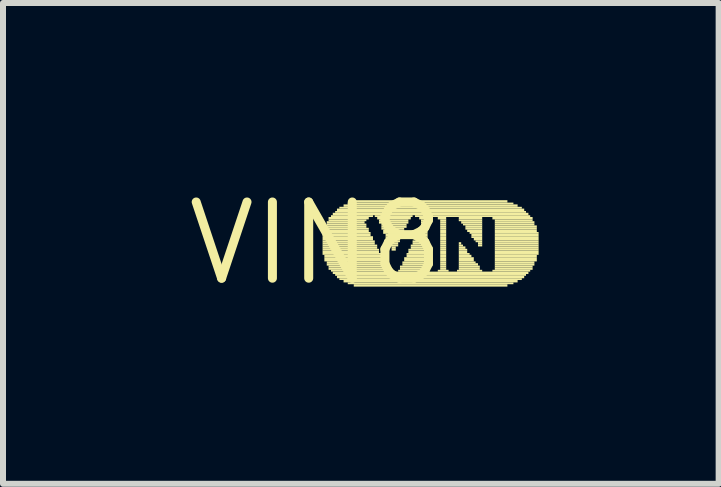
<source format=kicad_pcb>
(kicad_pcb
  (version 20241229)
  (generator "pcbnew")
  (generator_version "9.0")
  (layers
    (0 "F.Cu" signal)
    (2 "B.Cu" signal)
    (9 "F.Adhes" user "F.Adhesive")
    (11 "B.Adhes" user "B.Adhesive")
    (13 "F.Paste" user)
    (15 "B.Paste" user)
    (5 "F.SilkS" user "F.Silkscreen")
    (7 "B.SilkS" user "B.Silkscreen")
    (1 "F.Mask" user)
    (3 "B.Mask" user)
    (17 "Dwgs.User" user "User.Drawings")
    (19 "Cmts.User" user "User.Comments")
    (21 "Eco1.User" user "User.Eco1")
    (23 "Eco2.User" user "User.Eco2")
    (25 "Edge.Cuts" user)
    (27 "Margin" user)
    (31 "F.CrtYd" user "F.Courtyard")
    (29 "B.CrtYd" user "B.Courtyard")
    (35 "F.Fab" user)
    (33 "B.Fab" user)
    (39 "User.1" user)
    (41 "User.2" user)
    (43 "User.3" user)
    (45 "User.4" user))
  (footprint "VIN8"
    (layer "F.Cu")
    (at 2.215 1.006)
    (property "Reference" "VIN8" (at 0 0 0) (layer "F.SilkS") (effects (font (size 1.27 1.27) (thickness 0.15))))
    (fp_poly (pts (xy 0.11 -0.16) (xy 0.91 -0.16) (xy 0.91 -0.19) (xy 0.11 -0.19)) (stroke (width 0) (type default)) (fill yes) (layer "F.SilkS"))
    (fp_poly (pts (xy 0.11 -0.12) (xy 0.91 -0.12) (xy 0.91 -0.16) (xy 0.11 -0.16)) (stroke (width 0) (type default)) (fill yes) (layer "F.SilkS"))
    (fp_poly (pts (xy 0.11 -0.09) (xy 0.95 -0.09) (xy 0.95 -0.12) (xy 0.11 -0.12)) (stroke (width 0) (type default)) (fill yes) (layer "F.SilkS"))
    (fp_poly (pts (xy 0.11 -0.05) (xy 0.95 -0.05) (xy 0.95 -0.09) (xy 0.11 -0.09)) (stroke (width 0) (type default)) (fill yes) (layer "F.SilkS"))
    (fp_poly (pts (xy 0.11 -0.02) (xy 0.98 -0.02) (xy 0.98 -0.05) (xy 0.11 -0.05)) (stroke (width 0) (type default)) (fill yes) (layer "F.SilkS"))
    (fp_poly (pts (xy 0.11 0.02) (xy 0.98 0.02) (xy 0.98 -0.02) (xy 0.11 -0.02)) (stroke (width 0) (type default)) (fill yes) (layer "F.SilkS"))
    (fp_poly (pts (xy 0.11 0.05) (xy 1.02 0.05) (xy 1.02 0.02) (xy 0.11 0.02)) (stroke (width 0) (type default)) (fill yes) (layer "F.SilkS"))
    (fp_poly (pts (xy 0.11 0.09) (xy 1.02 0.09) (xy 1.02 0.05) (xy 0.11 0.05)) (stroke (width 0) (type default)) (fill yes) (layer "F.SilkS"))
    (fp_poly (pts (xy 0.11 0.12) (xy 1.05 0.12) (xy 1.05 0.09) (xy 0.11 0.09)) (stroke (width 0) (type default)) (fill yes) (layer "F.SilkS"))
    (fp_poly (pts (xy 0.11 0.16) (xy 1.05 0.16) (xy 1.05 0.12) (xy 0.11 0.12)) (stroke (width 0) (type default)) (fill yes) (layer "F.SilkS"))
    (fp_poly (pts (xy 0.11 0.19) (xy 1.09 0.19) (xy 1.09 0.16) (xy 0.11 0.16)) (stroke (width 0) (type default)) (fill yes) (layer "F.SilkS"))
    (fp_poly (pts (xy 0.14 -0.26) (xy 0.84 -0.26) (xy 0.84 -0.3) (xy 0.14 -0.3)) (stroke (width 0) (type default)) (fill yes) (layer "F.SilkS"))
    (fp_poly (pts (xy 0.14 -0.23) (xy 0.88 -0.23) (xy 0.88 -0.26) (xy 0.14 -0.26)) (stroke (width 0) (type default)) (fill yes) (layer "F.SilkS"))
    (fp_poly (pts (xy 0.14 -0.19) (xy 0.88 -0.19) (xy 0.88 -0.23) (xy 0.14 -0.23)) (stroke (width 0) (type default)) (fill yes) (layer "F.SilkS"))
    (fp_poly (pts (xy 0.14 0.23) (xy 1.09 0.23) (xy 1.09 0.19) (xy 0.14 0.19)) (stroke (width 0) (type default)) (fill yes) (layer "F.SilkS"))
    (fp_poly (pts (xy 0.14 0.26) (xy 1.12 0.26) (xy 1.12 0.23) (xy 0.14 0.23)) (stroke (width 0) (type default)) (fill yes) (layer "F.SilkS"))
    (fp_poly (pts (xy 0.14 0.3) (xy 1.12 0.3) (xy 1.12 0.26) (xy 0.14 0.26)) (stroke (width 0) (type default)) (fill yes) (layer "F.SilkS"))
    (fp_poly (pts (xy 0.18 -0.33) (xy 0.81 -0.33) (xy 0.81 -0.37) (xy 0.18 -0.37)) (stroke (width 0) (type default)) (fill yes) (layer "F.SilkS"))
    (fp_poly (pts (xy 0.18 -0.3) (xy 0.84 -0.3) (xy 0.84 -0.33) (xy 0.18 -0.33)) (stroke (width 0) (type default)) (fill yes) (layer "F.SilkS"))
    (fp_poly (pts (xy 0.18 0.33) (xy 1.16 0.33) (xy 1.16 0.3) (xy 0.18 0.3)) (stroke (width 0) (type default)) (fill yes) (layer "F.SilkS"))
    (fp_poly (pts (xy 0.18 0.37) (xy 1.16 0.37) (xy 1.16 0.33) (xy 0.18 0.33)) (stroke (width 0) (type default)) (fill yes) (layer "F.SilkS"))
    (fp_poly (pts (xy 0.21 -0.4) (xy 0.88 -0.4) (xy 0.88 -0.44) (xy 0.21 -0.44)) (stroke (width 0) (type default)) (fill yes) (layer "F.SilkS"))
    (fp_poly (pts (xy 0.21 -0.37) (xy 0.84 -0.37) (xy 0.84 -0.4) (xy 0.21 -0.4)) (stroke (width 0) (type default)) (fill yes) (layer "F.SilkS"))
    (fp_poly (pts (xy 0.21 0.4) (xy 1.19 0.4) (xy 1.19 0.37) (xy 0.21 0.37)) (stroke (width 0) (type default)) (fill yes) (layer "F.SilkS"))
    (fp_poly (pts (xy 0.21 0.44) (xy 1.19 0.44) (xy 1.19 0.4) (xy 0.21 0.4)) (stroke (width 0) (type default)) (fill yes) (layer "F.SilkS"))
    (fp_poly (pts (xy 0.25 -0.44) (xy 0.95 -0.44) (xy 0.95 -0.47) (xy 0.25 -0.47)) (stroke (width 0) (type default)) (fill yes) (layer "F.SilkS"))
    (fp_poly (pts (xy 0.25 0.47) (xy 1.23 0.47) (xy 1.23 0.44) (xy 0.25 0.44)) (stroke (width 0) (type default)) (fill yes) (layer "F.SilkS"))
    (fp_poly (pts (xy 0.28 -0.47) (xy 3.54 -0.47) (xy 3.54 -0.51) (xy 0.28 -0.51)) (stroke (width 0) (type default)) (fill yes) (layer "F.SilkS"))
    (fp_poly (pts (xy 0.28 0.51) (xy 3.54 0.51) (xy 3.54 0.47) (xy 0.28 0.47)) (stroke (width 0) (type default)) (fill yes) (layer "F.SilkS"))
    (fp_poly (pts (xy 0.32 -0.51) (xy 3.5 -0.51) (xy 3.5 -0.54) (xy 0.32 -0.54)) (stroke (width 0) (type default)) (fill yes) (layer "F.SilkS"))
    (fp_poly (pts (xy 0.32 0.54) (xy 3.5 0.54) (xy 3.5 0.51) (xy 0.32 0.51)) (stroke (width 0) (type default)) (fill yes) (layer "F.SilkS"))
    (fp_poly (pts (xy 0.35 -0.54) (xy 3.47 -0.54) (xy 3.47 -0.58) (xy 0.35 -0.58)) (stroke (width 0) (type default)) (fill yes) (layer "F.SilkS"))
    (fp_poly (pts (xy 0.35 0.58) (xy 3.47 0.58) (xy 3.47 0.54) (xy 0.35 0.54)) (stroke (width 0) (type default)) (fill yes) (layer "F.SilkS"))
    (fp_poly (pts (xy 0.39 -0.58) (xy 3.43 -0.58) (xy 3.43 -0.61) (xy 0.39 -0.61)) (stroke (width 0) (type default)) (fill yes) (layer "F.SilkS"))
    (fp_poly (pts (xy 0.39 0.61) (xy 3.43 0.61) (xy 3.43 0.58) (xy 0.39 0.58)) (stroke (width 0) (type default)) (fill yes) (layer "F.SilkS"))
    (fp_poly (pts (xy 0.46 -0.61) (xy 3.36 -0.61) (xy 3.36 -0.65) (xy 0.46 -0.65)) (stroke (width 0) (type default)) (fill yes) (layer "F.SilkS"))
    (fp_poly (pts (xy 0.46 0.65) (xy 3.36 0.65) (xy 3.36 0.61) (xy 0.46 0.61)) (stroke (width 0) (type default)) (fill yes) (layer "F.SilkS"))
    (fp_poly (pts (xy 0.53 -0.65) (xy 3.29 -0.65) (xy 3.29 -0.68) (xy 0.53 -0.68)) (stroke (width 0) (type default)) (fill yes) (layer "F.SilkS"))
    (fp_poly (pts (xy 0.53 0.68) (xy 3.29 0.68) (xy 3.29 0.65) (xy 0.53 0.65)) (stroke (width 0) (type default)) (fill yes) (layer "F.SilkS"))
    (fp_poly (pts (xy 0.63 -0.68) (xy 3.19 -0.68) (xy 3.19 -0.72) (xy 0.63 -0.72)) (stroke (width 0) (type default)) (fill yes) (layer "F.SilkS"))
    (fp_poly (pts (xy 0.63 0.72) (xy 3.19 0.72) (xy 3.19 0.68) (xy 0.63 0.68)) (stroke (width 0) (type default)) (fill yes) (layer "F.SilkS"))
    (fp_poly (pts (xy 0.98 -0.44) (xy 1.61 -0.44) (xy 1.61 -0.47) (xy 0.98 -0.47)) (stroke (width 0) (type default)) (fill yes) (layer "F.SilkS"))
    (fp_poly (pts (xy 1.02 -0.4) (xy 1.58 -0.4) (xy 1.58 -0.44) (xy 1.02 -0.44)) (stroke (width 0) (type default)) (fill yes) (layer "F.SilkS"))
    (fp_poly (pts (xy 1.05 -0.37) (xy 1.54 -0.37) (xy 1.54 -0.4) (xy 1.05 -0.4)) (stroke (width 0) (type default)) (fill yes) (layer "F.SilkS"))
    (fp_poly (pts (xy 1.05 -0.33) (xy 1.54 -0.33) (xy 1.54 -0.37) (xy 1.05 -0.37)) (stroke (width 0) (type default)) (fill yes) (layer "F.SilkS"))
    (fp_poly (pts (xy 1.09 -0.3) (xy 1.51 -0.3) (xy 1.51 -0.33) (xy 1.09 -0.33)) (stroke (width 0) (type default)) (fill yes) (layer "F.SilkS"))
    (fp_poly (pts (xy 1.09 -0.26) (xy 1.51 -0.26) (xy 1.51 -0.3) (xy 1.09 -0.3)) (stroke (width 0) (type default)) (fill yes) (layer "F.SilkS"))
    (fp_poly (pts (xy 1.09 -0.23) (xy 1.47 -0.23) (xy 1.47 -0.26) (xy 1.09 -0.26)) (stroke (width 0) (type default)) (fill yes) (layer "F.SilkS"))
    (fp_poly (pts (xy 1.12 -0.19) (xy 1.47 -0.19) (xy 1.47 -0.23) (xy 1.12 -0.23)) (stroke (width 0) (type default)) (fill yes) (layer "F.SilkS"))
    (fp_poly (pts (xy 1.12 -0.16) (xy 1.44 -0.16) (xy 1.44 -0.19) (xy 1.12 -0.19)) (stroke (width 0) (type default)) (fill yes) (layer "F.SilkS"))
    (fp_poly (pts (xy 1.16 -0.12) (xy 1.44 -0.12) (xy 1.44 -0.16) (xy 1.16 -0.16)) (stroke (width 0) (type default)) (fill yes) (layer "F.SilkS"))
    (fp_poly (pts (xy 1.16 -0.09) (xy 1.44 -0.09) (xy 1.44 -0.12) (xy 1.16 -0.12)) (stroke (width 0) (type default)) (fill yes) (layer "F.SilkS"))
    (fp_poly (pts (xy 1.19 -0.05) (xy 1.4 -0.05) (xy 1.4 -0.09) (xy 1.19 -0.09)) (stroke (width 0) (type default)) (fill yes) (layer "F.SilkS"))
    (fp_poly (pts (xy 1.19 -0.02) (xy 1.4 -0.02) (xy 1.4 -0.05) (xy 1.19 -0.05)) (stroke (width 0) (type default)) (fill yes) (layer "F.SilkS"))
    (fp_poly (pts (xy 1.23 0.02) (xy 1.37 0.02) (xy 1.37 -0.02) (xy 1.23 -0.02)) (stroke (width 0) (type default)) (fill yes) (layer "F.SilkS"))
    (fp_poly (pts (xy 1.23 0.05) (xy 1.37 0.05) (xy 1.37 0.02) (xy 1.23 0.02)) (stroke (width 0) (type default)) (fill yes) (layer "F.SilkS"))
    (fp_poly (pts (xy 1.26 0.09) (xy 1.33 0.09) (xy 1.33 0.05) (xy 1.26 0.05)) (stroke (width 0) (type default)) (fill yes) (layer "F.SilkS"))
    (fp_poly (pts (xy 1.26 0.12) (xy 1.33 0.12) (xy 1.33 0.09) (xy 1.26 0.09)) (stroke (width 0) (type default)) (fill yes) (layer "F.SilkS"))
    (fp_poly (pts (xy 1.37 0.47) (xy 1.86 0.47) (xy 1.86 0.44) (xy 1.37 0.44)) (stroke (width 0) (type default)) (fill yes) (layer "F.SilkS"))
    (fp_poly (pts (xy 1.4 0.4) (xy 1.86 0.4) (xy 1.86 0.37) (xy 1.4 0.37)) (stroke (width 0) (type default)) (fill yes) (layer "F.SilkS"))
    (fp_poly (pts (xy 1.4 0.44) (xy 1.86 0.44) (xy 1.86 0.4) (xy 1.4 0.4)) (stroke (width 0) (type default)) (fill yes) (layer "F.SilkS"))
    (fp_poly (pts (xy 1.44 0.33) (xy 1.86 0.33) (xy 1.86 0.3) (xy 1.44 0.3)) (stroke (width 0) (type default)) (fill yes) (layer "F.SilkS"))
    (fp_poly (pts (xy 1.44 0.37) (xy 1.86 0.37) (xy 1.86 0.33) (xy 1.44 0.33)) (stroke (width 0) (type default)) (fill yes) (layer "F.SilkS"))
    (fp_poly (pts (xy 1.47 0.26) (xy 1.86 0.26) (xy 1.86 0.23) (xy 1.47 0.23)) (stroke (width 0) (type default)) (fill yes) (layer "F.SilkS"))
    (fp_poly (pts (xy 1.47 0.3) (xy 1.86 0.3) (xy 1.86 0.26) (xy 1.47 0.26)) (stroke (width 0) (type default)) (fill yes) (layer "F.SilkS"))
    (fp_poly (pts (xy 1.51 0.19) (xy 1.86 0.19) (xy 1.86 0.16) (xy 1.51 0.16)) (stroke (width 0) (type default)) (fill yes) (layer "F.SilkS"))
    (fp_poly (pts (xy 1.51 0.23) (xy 1.86 0.23) (xy 1.86 0.19) (xy 1.51 0.19)) (stroke (width 0) (type default)) (fill yes) (layer "F.SilkS"))
    (fp_poly (pts (xy 1.54 0.12) (xy 1.86 0.12) (xy 1.86 0.09) (xy 1.54 0.09)) (stroke (width 0) (type default)) (fill yes) (layer "F.SilkS"))
    (fp_poly (pts (xy 1.54 0.16) (xy 1.86 0.16) (xy 1.86 0.12) (xy 1.54 0.12)) (stroke (width 0) (type default)) (fill yes) (layer "F.SilkS"))
    (fp_poly (pts (xy 1.58 0.05) (xy 1.86 0.05) (xy 1.86 0.02) (xy 1.58 0.02)) (stroke (width 0) (type default)) (fill yes) (layer "F.SilkS"))
    (fp_poly (pts (xy 1.58 0.09) (xy 1.86 0.09) (xy 1.86 0.05) (xy 1.58 0.05)) (stroke (width 0) (type default)) (fill yes) (layer "F.SilkS"))
    (fp_poly (pts (xy 1.61 -0.02) (xy 1.86 -0.02) (xy 1.86 -0.05) (xy 1.61 -0.05)) (stroke (width 0) (type default)) (fill yes) (layer "F.SilkS"))
    (fp_poly (pts (xy 1.61 0.02) (xy 1.86 0.02) (xy 1.86 -0.02) (xy 1.61 -0.02)) (stroke (width 0) (type default)) (fill yes) (layer "F.SilkS"))
    (fp_poly (pts (xy 1.65 -0.44) (xy 3.57 -0.44) (xy 3.57 -0.47) (xy 1.65 -0.47)) (stroke (width 0) (type default)) (fill yes) (layer "F.SilkS"))
    (fp_poly (pts (xy 1.65 -0.09) (xy 1.86 -0.09) (xy 1.86 -0.12) (xy 1.65 -0.12)) (stroke (width 0) (type default)) (fill yes) (layer "F.SilkS"))
    (fp_poly (pts (xy 1.65 -0.05) (xy 1.86 -0.05) (xy 1.86 -0.09) (xy 1.65 -0.09)) (stroke (width 0) (type default)) (fill yes) (layer "F.SilkS"))
    (fp_poly (pts (xy 1.68 -0.16) (xy 1.86 -0.16) (xy 1.86 -0.19) (xy 1.68 -0.19)) (stroke (width 0) (type default)) (fill yes) (layer "F.SilkS"))
    (fp_poly (pts (xy 1.68 -0.12) (xy 1.86 -0.12) (xy 1.86 -0.16) (xy 1.68 -0.16)) (stroke (width 0) (type default)) (fill yes) (layer "F.SilkS"))
    (fp_poly (pts (xy 1.72 -0.4) (xy 1.86 -0.4) (xy 1.86 -0.44) (xy 1.72 -0.44)) (stroke (width 0) (type default)) (fill yes) (layer "F.SilkS"))
    (fp_poly (pts (xy 1.72 -0.23) (xy 1.86 -0.23) (xy 1.86 -0.26) (xy 1.72 -0.26)) (stroke (width 0) (type default)) (fill yes) (layer "F.SilkS"))
    (fp_poly (pts (xy 1.72 -0.19) (xy 1.86 -0.19) (xy 1.86 -0.23) (xy 1.72 -0.23)) (stroke (width 0) (type default)) (fill yes) (layer "F.SilkS"))
    (fp_poly (pts (xy 1.75 -0.37) (xy 1.86 -0.37) (xy 1.86 -0.4) (xy 1.75 -0.4)) (stroke (width 0) (type default)) (fill yes) (layer "F.SilkS"))
    (fp_poly (pts (xy 1.75 -0.33) (xy 1.86 -0.33) (xy 1.86 -0.37) (xy 1.75 -0.37)) (stroke (width 0) (type default)) (fill yes) (layer "F.SilkS"))
    (fp_poly (pts (xy 1.75 -0.3) (xy 1.86 -0.3) (xy 1.86 -0.33) (xy 1.75 -0.33)) (stroke (width 0) (type default)) (fill yes) (layer "F.SilkS"))
    (fp_poly (pts (xy 1.75 -0.26) (xy 1.86 -0.26) (xy 1.86 -0.3) (xy 1.75 -0.3)) (stroke (width 0) (type default)) (fill yes) (layer "F.SilkS"))
    (fp_poly (pts (xy 2.03 -0.4) (xy 2.17 -0.4) (xy 2.17 -0.44) (xy 2.03 -0.44)) (stroke (width 0) (type default)) (fill yes) (layer "F.SilkS"))
    (fp_poly (pts (xy 2.03 0.47) (xy 2.21 0.47) (xy 2.21 0.44) (xy 2.03 0.44)) (stroke (width 0) (type default)) (fill yes) (layer "F.SilkS"))
    (fp_poly (pts (xy 2.07 -0.37) (xy 2.17 -0.37) (xy 2.17 -0.4) (xy 2.07 -0.4)) (stroke (width 0) (type default)) (fill yes) (layer "F.SilkS"))
    (fp_poly (pts (xy 2.07 -0.33) (xy 2.17 -0.33) (xy 2.17 -0.37) (xy 2.07 -0.37)) (stroke (width 0) (type default)) (fill yes) (layer "F.SilkS"))
    (fp_poly (pts (xy 2.07 -0.3) (xy 2.17 -0.3) (xy 2.17 -0.33) (xy 2.07 -0.33)) (stroke (width 0) (type default)) (fill yes) (layer "F.SilkS"))
    (fp_poly (pts (xy 2.07 -0.26) (xy 2.17 -0.26) (xy 2.17 -0.3) (xy 2.07 -0.3)) (stroke (width 0) (type default)) (fill yes) (layer "F.SilkS"))
    (fp_poly (pts (xy 2.07 -0.23) (xy 2.17 -0.23) (xy 2.17 -0.26) (xy 2.07 -0.26)) (stroke (width 0) (type default)) (fill yes) (layer "F.SilkS"))
    (fp_poly (pts (xy 2.07 -0.19) (xy 2.17 -0.19) (xy 2.17 -0.23) (xy 2.07 -0.23)) (stroke (width 0) (type default)) (fill yes) (layer "F.SilkS"))
    (fp_poly (pts (xy 2.07 -0.16) (xy 2.17 -0.16) (xy 2.17 -0.19) (xy 2.07 -0.19)) (stroke (width 0) (type default)) (fill yes) (layer "F.SilkS"))
    (fp_poly (pts (xy 2.07 -0.12) (xy 2.17 -0.12) (xy 2.17 -0.16) (xy 2.07 -0.16)) (stroke (width 0) (type default)) (fill yes) (layer "F.SilkS"))
    (fp_poly (pts (xy 2.07 -0.09) (xy 2.17 -0.09) (xy 2.17 -0.12) (xy 2.07 -0.12)) (stroke (width 0) (type default)) (fill yes) (layer "F.SilkS"))
    (fp_poly (pts (xy 2.07 -0.05) (xy 2.17 -0.05) (xy 2.17 -0.09) (xy 2.07 -0.09)) (stroke (width 0) (type default)) (fill yes) (layer "F.SilkS"))
    (fp_poly (pts (xy 2.07 -0.02) (xy 2.17 -0.02) (xy 2.17 -0.05) (xy 2.07 -0.05)) (stroke (width 0) (type default)) (fill yes) (layer "F.SilkS"))
    (fp_poly (pts (xy 2.07 0.02) (xy 2.17 0.02) (xy 2.17 -0.02) (xy 2.07 -0.02)) (stroke (width 0) (type default)) (fill yes) (layer "F.SilkS"))
    (fp_poly (pts (xy 2.07 0.05) (xy 2.17 0.05) (xy 2.17 0.02) (xy 2.07 0.02)) (stroke (width 0) (type default)) (fill yes) (layer "F.SilkS"))
    (fp_poly (pts (xy 2.07 0.09) (xy 2.17 0.09) (xy 2.17 0.05) (xy 2.07 0.05)) (stroke (width 0) (type default)) (fill yes) (layer "F.SilkS"))
    (fp_poly (pts (xy 2.07 0.12) (xy 2.17 0.12) (xy 2.17 0.09) (xy 2.07 0.09)) (stroke (width 0) (type default)) (fill yes) (layer "F.SilkS"))
    (fp_poly (pts (xy 2.07 0.16) (xy 2.17 0.16) (xy 2.17 0.12) (xy 2.07 0.12)) (stroke (width 0) (type default)) (fill yes) (layer "F.SilkS"))
    (fp_poly (pts (xy 2.07 0.19) (xy 2.17 0.19) (xy 2.17 0.16) (xy 2.07 0.16)) (stroke (width 0) (type default)) (fill yes) (layer "F.SilkS"))
    (fp_poly (pts (xy 2.07 0.23) (xy 2.17 0.23) (xy 2.17 0.19) (xy 2.07 0.19)) (stroke (width 0) (type default)) (fill yes) (layer "F.SilkS"))
    (fp_poly (pts (xy 2.07 0.26) (xy 2.17 0.26) (xy 2.17 0.23) (xy 2.07 0.23)) (stroke (width 0) (type default)) (fill yes) (layer "F.SilkS"))
    (fp_poly (pts (xy 2.07 0.3) (xy 2.17 0.3) (xy 2.17 0.26) (xy 2.07 0.26)) (stroke (width 0) (type default)) (fill yes) (layer "F.SilkS"))
    (fp_poly (pts (xy 2.07 0.33) (xy 2.17 0.33) (xy 2.17 0.3) (xy 2.07 0.3)) (stroke (width 0) (type default)) (fill yes) (layer "F.SilkS"))
    (fp_poly (pts (xy 2.07 0.37) (xy 2.17 0.37) (xy 2.17 0.33) (xy 2.07 0.33)) (stroke (width 0) (type default)) (fill yes) (layer "F.SilkS"))
    (fp_poly (pts (xy 2.07 0.4) (xy 2.17 0.4) (xy 2.17 0.37) (xy 2.07 0.37)) (stroke (width 0) (type default)) (fill yes) (layer "F.SilkS"))
    (fp_poly (pts (xy 2.07 0.44) (xy 2.17 0.44) (xy 2.17 0.4) (xy 2.07 0.4)) (stroke (width 0) (type default)) (fill yes) (layer "F.SilkS"))
    (fp_poly (pts (xy 2.35 0.47) (xy 2.77 0.47) (xy 2.77 0.44) (xy 2.35 0.44)) (stroke (width 0) (type default)) (fill yes) (layer "F.SilkS"))
    (fp_poly (pts (xy 2.38 -0.4) (xy 2.77 -0.4) (xy 2.77 -0.44) (xy 2.38 -0.44)) (stroke (width 0) (type default)) (fill yes) (layer "F.SilkS"))
    (fp_poly (pts (xy 2.38 -0.37) (xy 2.77 -0.37) (xy 2.77 -0.4) (xy 2.38 -0.4)) (stroke (width 0) (type default)) (fill yes) (layer "F.SilkS"))
    (fp_poly (pts (xy 2.38 0.02) (xy 2.42 0.02) (xy 2.42 -0.02) (xy 2.38 -0.02)) (stroke (width 0) (type default)) (fill yes) (layer "F.SilkS"))
    (fp_poly (pts (xy 2.38 0.05) (xy 2.45 0.05) (xy 2.45 0.02) (xy 2.38 0.02)) (stroke (width 0) (type default)) (fill yes) (layer "F.SilkS"))
    (fp_poly (pts (xy 2.38 0.09) (xy 2.49 0.09) (xy 2.49 0.05) (xy 2.38 0.05)) (stroke (width 0) (type default)) (fill yes) (layer "F.SilkS"))
    (fp_poly (pts (xy 2.38 0.12) (xy 2.52 0.12) (xy 2.52 0.09) (xy 2.38 0.09)) (stroke (width 0) (type default)) (fill yes) (layer "F.SilkS"))
    (fp_poly (pts (xy 2.38 0.16) (xy 2.52 0.16) (xy 2.52 0.12) (xy 2.38 0.12)) (stroke (width 0) (type default)) (fill yes) (layer "F.SilkS"))
    (fp_poly (pts (xy 2.38 0.19) (xy 2.56 0.19) (xy 2.56 0.16) (xy 2.38 0.16)) (stroke (width 0) (type default)) (fill yes) (layer "F.SilkS"))
    (fp_poly (pts (xy 2.38 0.23) (xy 2.59 0.23) (xy 2.59 0.19) (xy 2.38 0.19)) (stroke (width 0) (type default)) (fill yes) (layer "F.SilkS"))
    (fp_poly (pts (xy 2.38 0.26) (xy 2.63 0.26) (xy 2.63 0.23) (xy 2.38 0.23)) (stroke (width 0) (type default)) (fill yes) (layer "F.SilkS"))
    (fp_poly (pts (xy 2.38 0.3) (xy 2.63 0.3) (xy 2.63 0.26) (xy 2.38 0.26)) (stroke (width 0) (type default)) (fill yes) (layer "F.SilkS"))
    (fp_poly (pts (xy 2.38 0.33) (xy 2.66 0.33) (xy 2.66 0.3) (xy 2.38 0.3)) (stroke (width 0) (type default)) (fill yes) (layer "F.SilkS"))
    (fp_poly (pts (xy 2.38 0.37) (xy 2.7 0.37) (xy 2.7 0.33) (xy 2.38 0.33)) (stroke (width 0) (type default)) (fill yes) (layer "F.SilkS"))
    (fp_poly (pts (xy 2.38 0.4) (xy 2.73 0.4) (xy 2.73 0.37) (xy 2.38 0.37)) (stroke (width 0) (type default)) (fill yes) (layer "F.SilkS"))
    (fp_poly (pts (xy 2.38 0.44) (xy 2.73 0.44) (xy 2.73 0.4) (xy 2.38 0.4)) (stroke (width 0) (type default)) (fill yes) (layer "F.SilkS"))
    (fp_poly (pts (xy 2.42 -0.33) (xy 2.77 -0.33) (xy 2.77 -0.37) (xy 2.42 -0.37)) (stroke (width 0) (type default)) (fill yes) (layer "F.SilkS"))
    (fp_poly (pts (xy 2.45 -0.3) (xy 2.77 -0.3) (xy 2.77 -0.33) (xy 2.45 -0.33)) (stroke (width 0) (type default)) (fill yes) (layer "F.SilkS"))
    (fp_poly (pts (xy 2.49 -0.26) (xy 2.77 -0.26) (xy 2.77 -0.3) (xy 2.49 -0.3)) (stroke (width 0) (type default)) (fill yes) (layer "F.SilkS"))
    (fp_poly (pts (xy 2.49 -0.23) (xy 2.77 -0.23) (xy 2.77 -0.26) (xy 2.49 -0.26)) (stroke (width 0) (type default)) (fill yes) (layer "F.SilkS"))
    (fp_poly (pts (xy 2.52 -0.19) (xy 2.77 -0.19) (xy 2.77 -0.23) (xy 2.52 -0.23)) (stroke (width 0) (type default)) (fill yes) (layer "F.SilkS"))
    (fp_poly (pts (xy 2.56 -0.16) (xy 2.77 -0.16) (xy 2.77 -0.19) (xy 2.56 -0.19)) (stroke (width 0) (type default)) (fill yes) (layer "F.SilkS"))
    (fp_poly (pts (xy 2.59 -0.12) (xy 2.77 -0.12) (xy 2.77 -0.16) (xy 2.59 -0.16)) (stroke (width 0) (type default)) (fill yes) (layer "F.SilkS"))
    (fp_poly (pts (xy 2.59 -0.09) (xy 2.77 -0.09) (xy 2.77 -0.12) (xy 2.59 -0.12)) (stroke (width 0) (type default)) (fill yes) (layer "F.SilkS"))
    (fp_poly (pts (xy 2.63 -0.05) (xy 2.77 -0.05) (xy 2.77 -0.09) (xy 2.63 -0.09)) (stroke (width 0) (type default)) (fill yes) (layer "F.SilkS"))
    (fp_poly (pts (xy 2.66 -0.02) (xy 2.77 -0.02) (xy 2.77 -0.05) (xy 2.66 -0.05)) (stroke (width 0) (type default)) (fill yes) (layer "F.SilkS"))
    (fp_poly (pts (xy 2.7 0.02) (xy 2.77 0.02) (xy 2.77 -0.02) (xy 2.7 -0.02)) (stroke (width 0) (type default)) (fill yes) (layer "F.SilkS"))
    (fp_poly (pts (xy 2.7 0.05) (xy 2.77 0.05) (xy 2.77 0.02) (xy 2.7 0.02)) (stroke (width 0) (type default)) (fill yes) (layer "F.SilkS"))
    (fp_poly (pts (xy 2.94 -0.4) (xy 3.61 -0.4) (xy 3.61 -0.44) (xy 2.94 -0.44)) (stroke (width 0) (type default)) (fill yes) (layer "F.SilkS"))
    (fp_poly (pts (xy 2.94 0.47) (xy 3.57 0.47) (xy 3.57 0.44) (xy 2.94 0.44)) (stroke (width 0) (type default)) (fill yes) (layer "F.SilkS"))
    (fp_poly (pts (xy 2.98 -0.37) (xy 3.61 -0.37) (xy 3.61 -0.4) (xy 2.98 -0.4)) (stroke (width 0) (type default)) (fill yes) (layer "F.SilkS"))
    (fp_poly (pts (xy 2.98 -0.33) (xy 3.64 -0.33) (xy 3.64 -0.37) (xy 2.98 -0.37)) (stroke (width 0) (type default)) (fill yes) (layer "F.SilkS"))
    (fp_poly (pts (xy 2.98 -0.3) (xy 3.64 -0.3) (xy 3.64 -0.33) (xy 2.98 -0.33)) (stroke (width 0) (type default)) (fill yes) (layer "F.SilkS"))
    (fp_poly (pts (xy 2.98 -0.26) (xy 3.68 -0.26) (xy 3.68 -0.3) (xy 2.98 -0.3)) (stroke (width 0) (type default)) (fill yes) (layer "F.SilkS"))
    (fp_poly (pts (xy 2.98 -0.23) (xy 3.68 -0.23) (xy 3.68 -0.26) (xy 2.98 -0.26)) (stroke (width 0) (type default)) (fill yes) (layer "F.SilkS"))
    (fp_poly (pts (xy 2.98 -0.19) (xy 3.68 -0.19) (xy 3.68 -0.23) (xy 2.98 -0.23)) (stroke (width 0) (type default)) (fill yes) (layer "F.SilkS"))
    (fp_poly (pts (xy 2.98 -0.16) (xy 3.71 -0.16) (xy 3.71 -0.19) (xy 2.98 -0.19)) (stroke (width 0) (type default)) (fill yes) (layer "F.SilkS"))
    (fp_poly (pts (xy 2.98 -0.12) (xy 3.71 -0.12) (xy 3.71 -0.16) (xy 2.98 -0.16)) (stroke (width 0) (type default)) (fill yes) (layer "F.SilkS"))
    (fp_poly (pts (xy 2.98 -0.09) (xy 3.71 -0.09) (xy 3.71 -0.12) (xy 2.98 -0.12)) (stroke (width 0) (type default)) (fill yes) (layer "F.SilkS"))
    (fp_poly (pts (xy 2.98 -0.05) (xy 3.71 -0.05) (xy 3.71 -0.09) (xy 2.98 -0.09)) (stroke (width 0) (type default)) (fill yes) (layer "F.SilkS"))
    (fp_poly (pts (xy 2.98 -0.02) (xy 3.71 -0.02) (xy 3.71 -0.05) (xy 2.98 -0.05)) (stroke (width 0) (type default)) (fill yes) (layer "F.SilkS"))
    (fp_poly (pts (xy 2.98 0.02) (xy 3.71 0.02) (xy 3.71 -0.02) (xy 2.98 -0.02)) (stroke (width 0) (type default)) (fill yes) (layer "F.SilkS"))
    (fp_poly (pts (xy 2.98 0.05) (xy 3.71 0.05) (xy 3.71 0.02) (xy 2.98 0.02)) (stroke (width 0) (type default)) (fill yes) (layer "F.SilkS"))
    (fp_poly (pts (xy 2.98 0.09) (xy 3.71 0.09) (xy 3.71 0.05) (xy 2.98 0.05)) (stroke (width 0) (type default)) (fill yes) (layer "F.SilkS"))
    (fp_poly (pts (xy 2.98 0.12) (xy 3.71 0.12) (xy 3.71 0.09) (xy 2.98 0.09)) (stroke (width 0) (type default)) (fill yes) (layer "F.SilkS"))
    (fp_poly (pts (xy 2.98 0.16) (xy 3.71 0.16) (xy 3.71 0.12) (xy 2.98 0.12)) (stroke (width 0) (type default)) (fill yes) (layer "F.SilkS"))
    (fp_poly (pts (xy 2.98 0.19) (xy 3.71 0.19) (xy 3.71 0.16) (xy 2.98 0.16)) (stroke (width 0) (type default)) (fill yes) (layer "F.SilkS"))
    (fp_poly (pts (xy 2.98 0.23) (xy 3.68 0.23) (xy 3.68 0.19) (xy 2.98 0.19)) (stroke (width 0) (type default)) (fill yes) (layer "F.SilkS"))
    (fp_poly (pts (xy 2.98 0.26) (xy 3.68 0.26) (xy 3.68 0.23) (xy 2.98 0.23)) (stroke (width 0) (type default)) (fill yes) (layer "F.SilkS"))
    (fp_poly (pts (xy 2.98 0.3) (xy 3.68 0.3) (xy 3.68 0.26) (xy 2.98 0.26)) (stroke (width 0) (type default)) (fill yes) (layer "F.SilkS"))
    (fp_poly (pts (xy 2.98 0.33) (xy 3.64 0.33) (xy 3.64 0.3) (xy 2.98 0.3)) (stroke (width 0) (type default)) (fill yes) (layer "F.SilkS"))
    (fp_poly (pts (xy 2.98 0.37) (xy 3.64 0.37) (xy 3.64 0.33) (xy 2.98 0.33)) (stroke (width 0) (type default)) (fill yes) (layer "F.SilkS"))
    (fp_poly (pts (xy 2.98 0.4) (xy 3.61 0.4) (xy 3.61 0.37) (xy 2.98 0.37)) (stroke (width 0) (type default)) (fill yes) (layer "F.SilkS"))
    (fp_poly (pts (xy 2.98 0.44) (xy 3.61 0.44) (xy 3.61 0.4) (xy 2.98 0.4)) (stroke (width 0) (type default)) (fill yes) (layer "F.SilkS")))
  (gr_rect
    (start -3 -3)
    (end 8.925 5.012)
    (stroke (width 0.1) (type default))
    (fill no)
    (layer "Edge.Cuts")))
</source>
